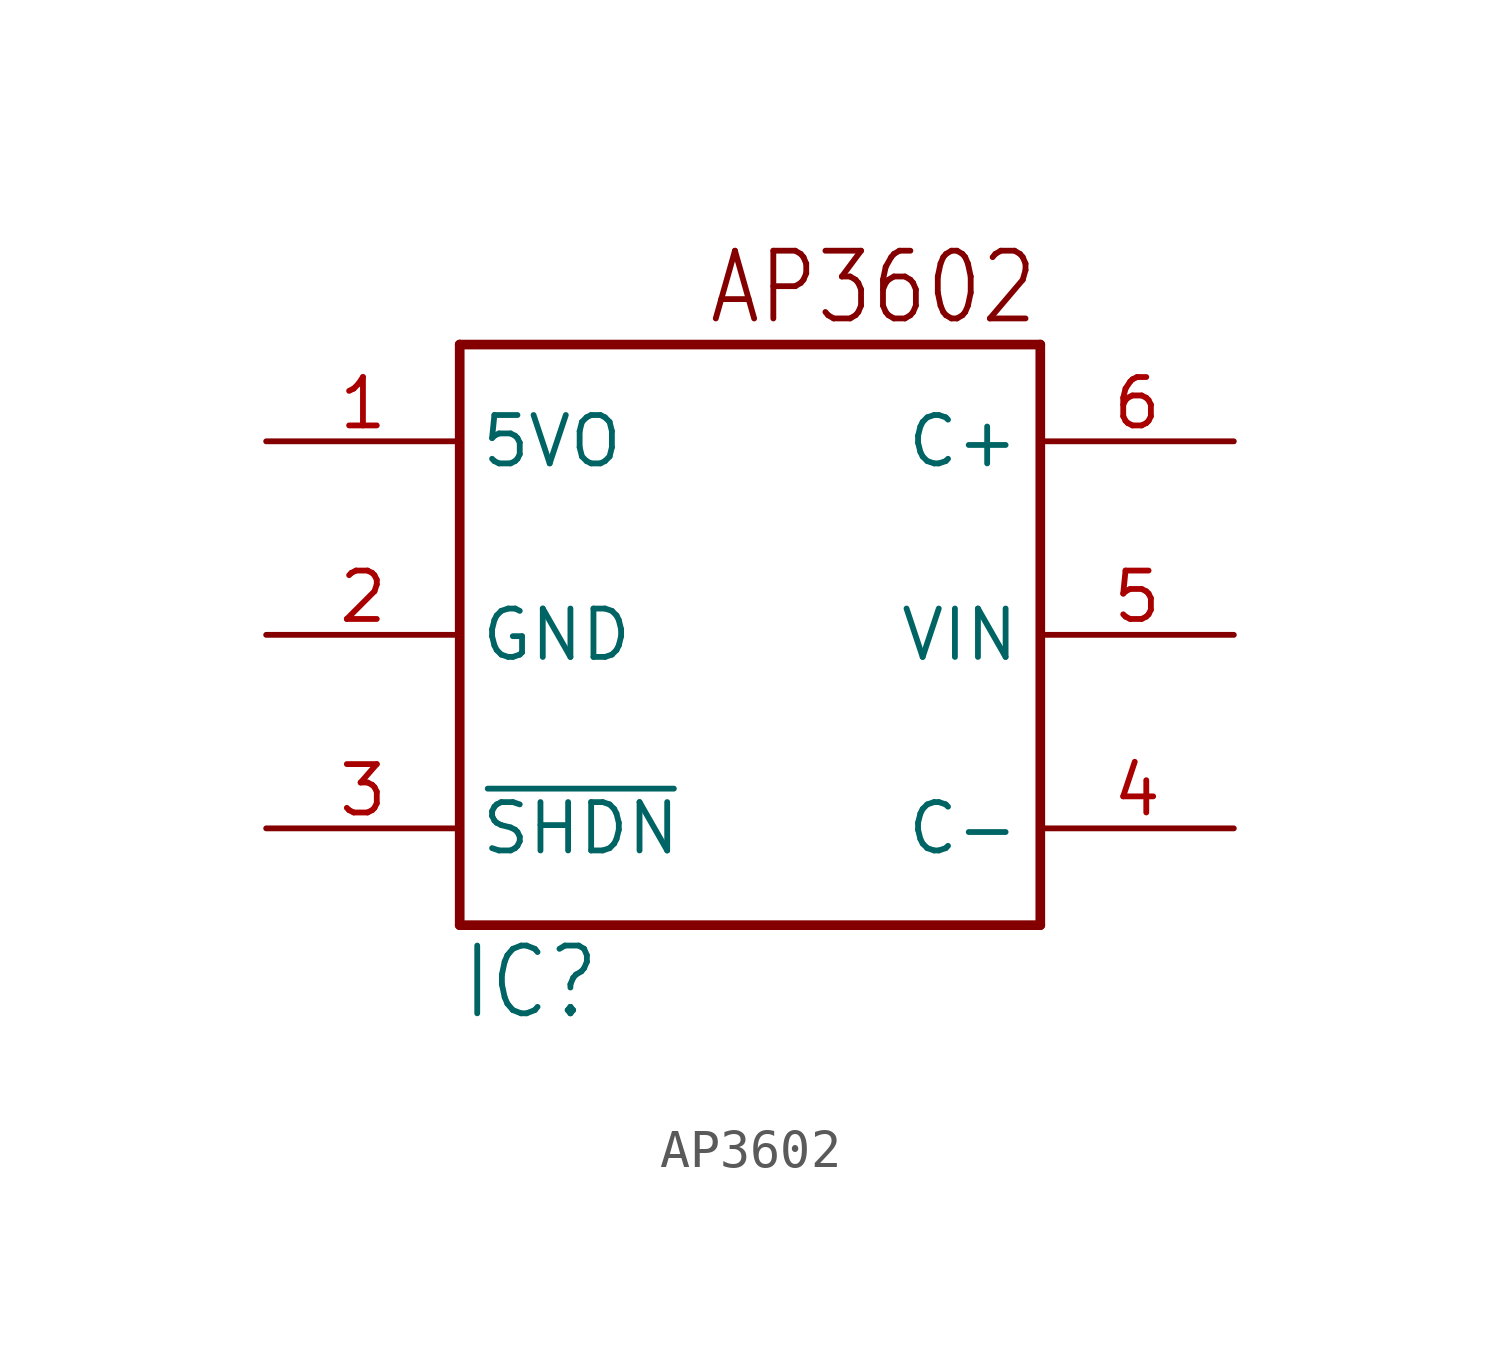
<source format=kicad_sym>
(kicad_symbol_lib
  (version 20211014)
  (generator kicad_symbol_editor)
  (symbol "AP3602"
    (property "Reference" "IC"
      (at -7.62 -10.16 0)
      (effects (font (size 1.778 1.511)) (justify left bottom)))
    (property "ki_locked" ""
      (at 0 0 0)
      (effects (font (size 1.27 1.27))))
    (symbol "AP3602_1_0"
      (polyline (pts (xy -7.62 -7.62) (xy -7.62 7.62)) (stroke (width 0.254) (type default) (color 0 0 0 0)) (fill (type none)))
      (polyline (pts (xy -7.62 7.62) (xy 7.62 7.62)) (stroke (width 0.254) (type default) (color 0 0 0 0)) (fill (type none)))
      (polyline (pts (xy 7.62 -7.62) (xy -7.62 -7.62)) (stroke (width 0.254) (type default) (color 0 0 0 0)) (fill (type none)))
      (polyline (pts (xy 7.62 7.62) (xy 7.62 -7.62)) (stroke (width 0.254) (type default) (color 0 0 0 0)) (fill (type none)))
      (text "AP3602" (at 7.62 10.16 0) (effects (font (size 1.778 1.511)) (justify right top)))
      (pin power_in line (at -12.7 5.08 0) (length 5.08) (name "5VO" (effects (font (size 1.27 1.27)))) (number "1" (effects (font (size 1.27 1.27)))))
      (pin power_in line (at -12.7 0 0) (length 5.08) (name "GND" (effects (font (size 1.27 1.27)))) (number "2" (effects (font (size 1.27 1.27)))))
      (pin input line (at -12.7 -5.08 0) (length 5.08) (name "~{SHDN}" (effects (font (size 1.27 1.27)))) (number "3" (effects (font (size 1.27 1.27)))))
      (pin bidirectional line (at 12.7 -5.08 180) (length 5.08) (name "C-" (effects (font (size 1.27 1.27)))) (number "4" (effects (font (size 1.27 1.27)))))
      (pin power_in line (at 12.7 0 180) (length 5.08) (name "VIN" (effects (font (size 1.27 1.27)))) (number "5" (effects (font (size 1.27 1.27)))))
      (pin bidirectional line (at 12.7 5.08 180) (length 5.08) (name "C+" (effects (font (size 1.27 1.27)))) (number "6" (effects (font (size 1.27 1.27))))))))
</source>
